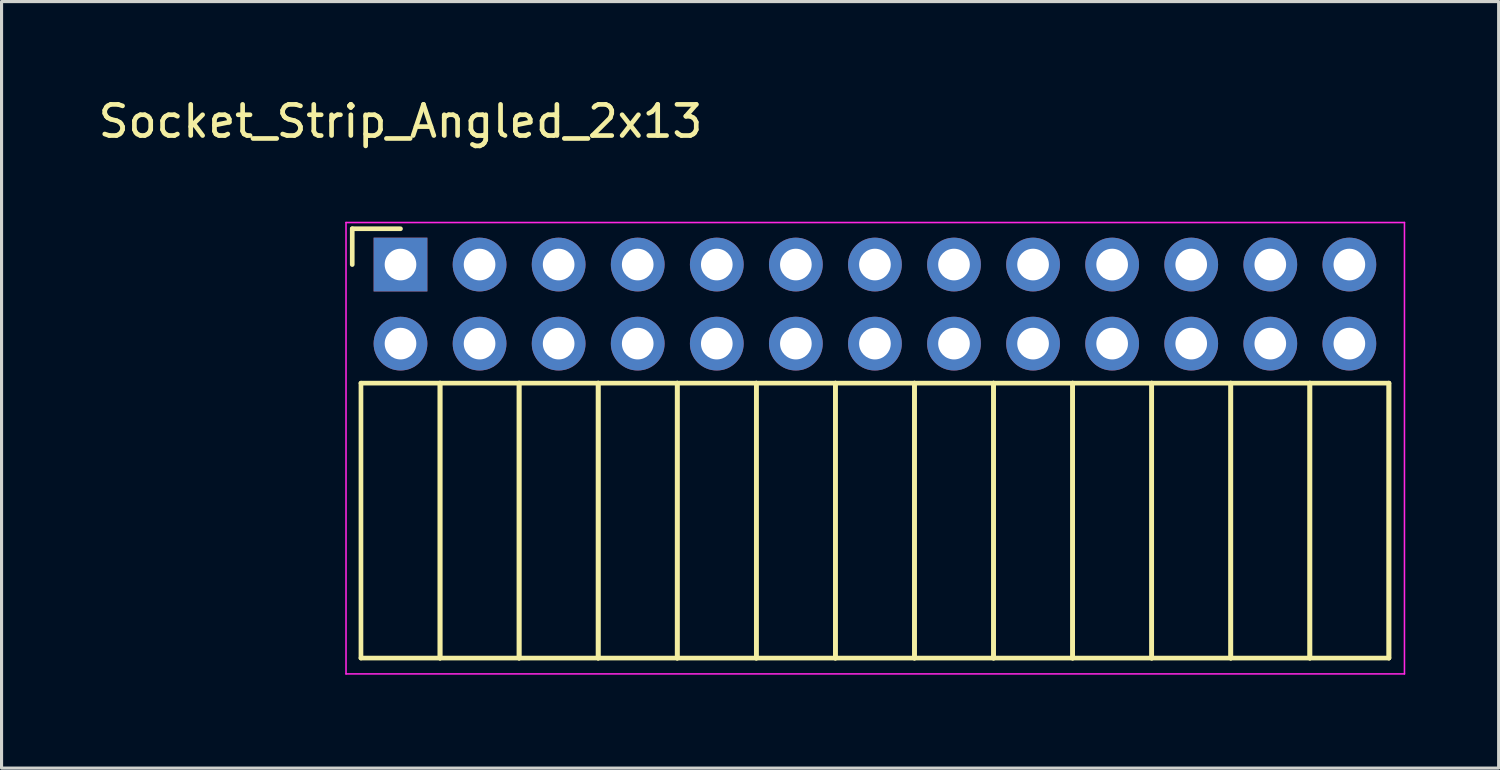
<source format=kicad_pcb>
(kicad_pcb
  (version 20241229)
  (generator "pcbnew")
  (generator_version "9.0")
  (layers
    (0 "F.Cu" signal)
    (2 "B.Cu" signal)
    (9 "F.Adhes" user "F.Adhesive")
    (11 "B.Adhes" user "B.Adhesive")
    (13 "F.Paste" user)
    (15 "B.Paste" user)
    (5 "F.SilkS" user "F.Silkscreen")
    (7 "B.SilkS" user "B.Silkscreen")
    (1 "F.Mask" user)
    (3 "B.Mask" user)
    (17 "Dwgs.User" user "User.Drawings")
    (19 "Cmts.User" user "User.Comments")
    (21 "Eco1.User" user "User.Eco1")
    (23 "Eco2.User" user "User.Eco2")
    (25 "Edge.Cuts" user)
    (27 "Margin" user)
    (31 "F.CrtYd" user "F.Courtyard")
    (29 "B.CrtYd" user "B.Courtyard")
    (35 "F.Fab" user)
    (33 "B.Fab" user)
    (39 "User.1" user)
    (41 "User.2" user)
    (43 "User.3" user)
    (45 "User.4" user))
  (footprint "Socket_Strip_Angled_2x13"
    (layer "F.Cu")
    (at 9.815 5.448)
    (property "Reference" "Socket_Strip_Angled_2x13" (at 0 -4.6 0) (layer "F.SilkS") (effects (font (size 1 1) (thickness 0.15))))
    (attr through_hole)
    (fp_line (start -1.55 -1.15) (end -1.55 0) (stroke (width 0.15) (type solid)) (layer "F.SilkS"))
    (fp_line (start -1.27 3.81) (end -1.27 12.64) (stroke (width 0.15) (type solid)) (layer "F.SilkS"))
    (fp_line (start -1.27 3.81) (end 1.27 3.81) (stroke (width 0.15) (type solid)) (layer "F.SilkS"))
    (fp_line (start -1.27 12.64) (end 1.27 12.64) (stroke (width 0.15) (type solid)) (layer "F.SilkS"))
    (fp_line (start 0 -1.15) (end -1.55 -1.15) (stroke (width 0.15) (type solid)) (layer "F.SilkS"))
    (fp_line (start 1.27 3.81) (end 1.27 12.64) (stroke (width 0.15) (type solid)) (layer "F.SilkS"))
    (fp_line (start 1.27 3.81) (end 3.81 3.81) (stroke (width 0.15) (type solid)) (layer "F.SilkS"))
    (fp_line (start 1.27 12.64) (end 1.27 3.81) (stroke (width 0.15) (type solid)) (layer "F.SilkS"))
    (fp_line (start 1.27 12.64) (end 3.81 12.64) (stroke (width 0.15) (type solid)) (layer "F.SilkS"))
    (fp_line (start 3.81 3.81) (end 3.81 12.64) (stroke (width 0.15) (type solid)) (layer "F.SilkS"))
    (fp_line (start 3.81 3.81) (end 6.35 3.81) (stroke (width 0.15) (type solid)) (layer "F.SilkS"))
    (fp_line (start 3.81 12.64) (end 3.81 3.81) (stroke (width 0.15) (type solid)) (layer "F.SilkS"))
    (fp_line (start 3.81 12.64) (end 6.35 12.64) (stroke (width 0.15) (type solid)) (layer "F.SilkS"))
    (fp_line (start 6.35 3.81) (end 6.35 12.64) (stroke (width 0.15) (type solid)) (layer "F.SilkS"))
    (fp_line (start 6.35 3.81) (end 8.89 3.81) (stroke (width 0.15) (type solid)) (layer "F.SilkS"))
    (fp_line (start 6.35 12.64) (end 6.35 3.81) (stroke (width 0.15) (type solid)) (layer "F.SilkS"))
    (fp_line (start 6.35 12.64) (end 8.89 12.64) (stroke (width 0.15) (type solid)) (layer "F.SilkS"))
    (fp_line (start 8.89 3.81) (end 8.89 12.64) (stroke (width 0.15) (type solid)) (layer "F.SilkS"))
    (fp_line (start 8.89 3.81) (end 11.43 3.81) (stroke (width 0.15) (type solid)) (layer "F.SilkS"))
    (fp_line (start 8.89 12.64) (end 8.89 3.81) (stroke (width 0.15) (type solid)) (layer "F.SilkS"))
    (fp_line (start 8.89 12.64) (end 11.43 12.64) (stroke (width 0.15) (type solid)) (layer "F.SilkS"))
    (fp_line (start 11.43 3.81) (end 11.43 12.64) (stroke (width 0.15) (type solid)) (layer "F.SilkS"))
    (fp_line (start 11.43 3.81) (end 13.97 3.81) (stroke (width 0.15) (type solid)) (layer "F.SilkS"))
    (fp_line (start 11.43 12.64) (end 11.43 3.81) (stroke (width 0.15) (type solid)) (layer "F.SilkS"))
    (fp_line (start 11.43 12.64) (end 13.97 12.64) (stroke (width 0.15) (type solid)) (layer "F.SilkS"))
    (fp_line (start 13.97 3.81) (end 13.97 12.64) (stroke (width 0.15) (type solid)) (layer "F.SilkS"))
    (fp_line (start 13.97 3.81) (end 16.51 3.81) (stroke (width 0.15) (type solid)) (layer "F.SilkS"))
    (fp_line (start 13.97 12.64) (end 13.97 3.81) (stroke (width 0.15) (type solid)) (layer "F.SilkS"))
    (fp_line (start 13.97 12.64) (end 16.51 12.64) (stroke (width 0.15) (type solid)) (layer "F.SilkS"))
    (fp_line (start 16.51 3.81) (end 16.51 12.64) (stroke (width 0.15) (type solid)) (layer "F.SilkS"))
    (fp_line (start 16.51 3.81) (end 19.05 3.81) (stroke (width 0.15) (type solid)) (layer "F.SilkS"))
    (fp_line (start 16.51 12.64) (end 16.51 3.81) (stroke (width 0.15) (type solid)) (layer "F.SilkS"))
    (fp_line (start 16.51 12.64) (end 19.05 12.64) (stroke (width 0.15) (type solid)) (layer "F.SilkS"))
    (fp_line (start 19.05 3.81) (end 19.05 12.64) (stroke (width 0.15) (type solid)) (layer "F.SilkS"))
    (fp_line (start 19.05 3.81) (end 21.59 3.81) (stroke (width 0.15) (type solid)) (layer "F.SilkS"))
    (fp_line (start 19.05 12.64) (end 19.05 3.81) (stroke (width 0.15) (type solid)) (layer "F.SilkS"))
    (fp_line (start 19.05 12.64) (end 21.59 12.64) (stroke (width 0.15) (type solid)) (layer "F.SilkS"))
    (fp_line (start 21.59 3.81) (end 21.59 12.64) (stroke (width 0.15) (type solid)) (layer "F.SilkS"))
    (fp_line (start 21.59 3.81) (end 24.13 3.81) (stroke (width 0.15) (type solid)) (layer "F.SilkS"))
    (fp_line (start 21.59 12.64) (end 21.59 3.81) (stroke (width 0.15) (type solid)) (layer "F.SilkS"))
    (fp_line (start 21.59 12.64) (end 24.13 12.64) (stroke (width 0.15) (type solid)) (layer "F.SilkS"))
    (fp_line (start 24.13 3.81) (end 24.13 12.64) (stroke (width 0.15) (type solid)) (layer "F.SilkS"))
    (fp_line (start 24.13 3.81) (end 26.67 3.81) (stroke (width 0.15) (type solid)) (layer "F.SilkS"))
    (fp_line (start 24.13 12.64) (end 24.13 3.81) (stroke (width 0.15) (type solid)) (layer "F.SilkS"))
    (fp_line (start 24.13 12.64) (end 26.67 12.64) (stroke (width 0.15) (type solid)) (layer "F.SilkS"))
    (fp_line (start 26.67 3.81) (end 26.67 12.64) (stroke (width 0.15) (type solid)) (layer "F.SilkS"))
    (fp_line (start 26.67 3.81) (end 29.21 3.81) (stroke (width 0.15) (type solid)) (layer "F.SilkS"))
    (fp_line (start 26.67 12.64) (end 26.67 3.81) (stroke (width 0.15) (type solid)) (layer "F.SilkS"))
    (fp_line (start 26.67 12.64) (end 29.21 12.64) (stroke (width 0.15) (type solid)) (layer "F.SilkS"))
    (fp_line (start 29.21 3.81) (end 29.21 12.64) (stroke (width 0.15) (type solid)) (layer "F.SilkS"))
    (fp_line (start 29.21 3.81) (end 31.75 3.81) (stroke (width 0.15) (type solid)) (layer "F.SilkS"))
    (fp_line (start 29.21 12.64) (end 29.21 3.81) (stroke (width 0.15) (type solid)) (layer "F.SilkS"))
    (fp_line (start 29.21 12.64) (end 31.75 12.64) (stroke (width 0.15) (type solid)) (layer "F.SilkS"))
    (fp_line (start 31.75 3.81) (end 31.75 12.64) (stroke (width 0.15) (type solid)) (layer "F.SilkS"))
    (fp_line (start 31.75 12.64) (end 31.75 3.81) (stroke (width 0.15) (type solid)) (layer "F.SilkS"))
    (fp_line (start -1.75 -1.35) (end -1.75 13.15) (stroke (width 0.05) (type solid)) (layer "F.CrtYd"))
    (fp_line (start -1.75 -1.35) (end 32.25 -1.35) (stroke (width 0.05) (type solid)) (layer "F.CrtYd"))
    (fp_line (start -1.75 13.15) (end 32.25 13.15) (stroke (width 0.05) (type solid)) (layer "F.CrtYd"))
    (fp_line (start 32.25 -1.35) (end 32.25 13.15) (stroke (width 0.05) (type solid)) (layer "F.CrtYd"))
    (pad "1" thru_hole rect (at 0 0) (size 1.727 1.727) (drill 1.016) (layers "*.Cu" "*.Mask"))
    (pad "2" thru_hole oval (at 0 2.54) (size 1.727 1.727) (drill 1.016) (layers "*.Cu" "*.Mask"))
    (pad "3" thru_hole oval (at 2.54 0) (size 1.727 1.727) (drill 1.016) (layers "*.Cu" "*.Mask"))
    (pad "4" thru_hole oval (at 2.54 2.54) (size 1.727 1.727) (drill 1.016) (layers "*.Cu" "*.Mask"))
    (pad "5" thru_hole oval (at 5.08 0) (size 1.727 1.727) (drill 1.016) (layers "*.Cu" "*.Mask"))
    (pad "6" thru_hole oval (at 5.08 2.54) (size 1.727 1.727) (drill 1.016) (layers "*.Cu" "*.Mask"))
    (pad "7" thru_hole oval (at 7.62 0) (size 1.727 1.727) (drill 1.016) (layers "*.Cu" "*.Mask"))
    (pad "8" thru_hole oval (at 7.62 2.54) (size 1.727 1.727) (drill 1.016) (layers "*.Cu" "*.Mask"))
    (pad "9" thru_hole oval (at 10.16 0) (size 1.727 1.727) (drill 1.016) (layers "*.Cu" "*.Mask"))
    (pad "10" thru_hole oval (at 10.16 2.54) (size 1.727 1.727) (drill 1.016) (layers "*.Cu" "*.Mask"))
    (pad "11" thru_hole oval (at 12.7 0) (size 1.727 1.727) (drill 1.016) (layers "*.Cu" "*.Mask"))
    (pad "12" thru_hole oval (at 12.7 2.54) (size 1.727 1.727) (drill 1.016) (layers "*.Cu" "*.Mask"))
    (pad "13" thru_hole oval (at 15.24 0) (size 1.727 1.727) (drill 1.016) (layers "*.Cu" "*.Mask"))
    (pad "14" thru_hole oval (at 15.24 2.54) (size 1.727 1.727) (drill 1.016) (layers "*.Cu" "*.Mask"))
    (pad "15" thru_hole oval (at 17.78 0) (size 1.727 1.727) (drill 1.016) (layers "*.Cu" "*.Mask"))
    (pad "16" thru_hole oval (at 17.78 2.54) (size 1.727 1.727) (drill 1.016) (layers "*.Cu" "*.Mask"))
    (pad "17" thru_hole oval (at 20.32 0) (size 1.727 1.727) (drill 1.016) (layers "*.Cu" "*.Mask"))
    (pad "18" thru_hole oval (at 20.32 2.54) (size 1.727 1.727) (drill 1.016) (layers "*.Cu" "*.Mask"))
    (pad "19" thru_hole oval (at 22.86 0) (size 1.727 1.727) (drill 1.016) (layers "*.Cu" "*.Mask"))
    (pad "20" thru_hole oval (at 22.86 2.54) (size 1.727 1.727) (drill 1.016) (layers "*.Cu" "*.Mask"))
    (pad "21" thru_hole oval (at 25.4 0) (size 1.727 1.727) (drill 1.016) (layers "*.Cu" "*.Mask"))
    (pad "22" thru_hole oval (at 25.4 2.54) (size 1.727 1.727) (drill 1.016) (layers "*.Cu" "*.Mask"))
    (pad "23" thru_hole oval (at 27.94 0) (size 1.727 1.727) (drill 1.016) (layers "*.Cu" "*.Mask"))
    (pad "24" thru_hole oval (at 27.94 2.54) (size 1.727 1.727) (drill 1.016) (layers "*.Cu" "*.Mask"))
    (pad "25" thru_hole oval (at 30.48 0) (size 1.727 1.727) (drill 1.016) (layers "*.Cu" "*.Mask"))
    (pad "26" thru_hole oval (at 30.48 2.54) (size 1.727 1.727) (drill 1.016) (layers "*.Cu" "*.Mask")))
  (gr_rect
    (start -3 -3)
    (end 45.09 21.623)
    (stroke (width 0.1) (type default))
    (fill no)
    (layer "Edge.Cuts")))
</source>
